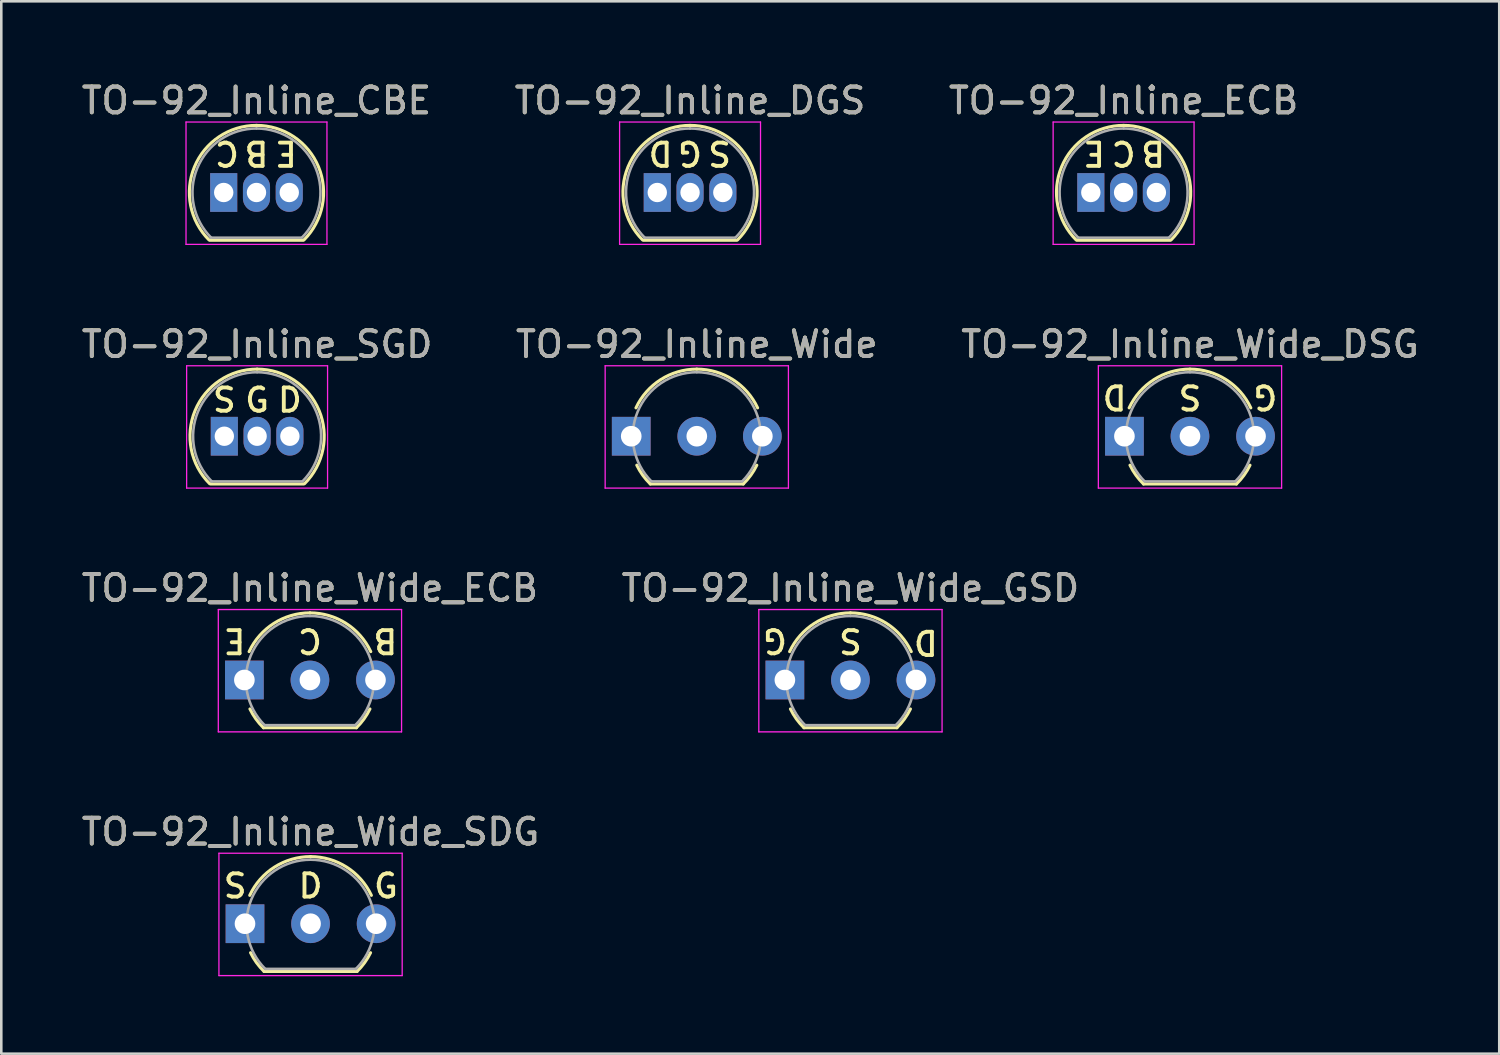
<source format=kicad_pcb>
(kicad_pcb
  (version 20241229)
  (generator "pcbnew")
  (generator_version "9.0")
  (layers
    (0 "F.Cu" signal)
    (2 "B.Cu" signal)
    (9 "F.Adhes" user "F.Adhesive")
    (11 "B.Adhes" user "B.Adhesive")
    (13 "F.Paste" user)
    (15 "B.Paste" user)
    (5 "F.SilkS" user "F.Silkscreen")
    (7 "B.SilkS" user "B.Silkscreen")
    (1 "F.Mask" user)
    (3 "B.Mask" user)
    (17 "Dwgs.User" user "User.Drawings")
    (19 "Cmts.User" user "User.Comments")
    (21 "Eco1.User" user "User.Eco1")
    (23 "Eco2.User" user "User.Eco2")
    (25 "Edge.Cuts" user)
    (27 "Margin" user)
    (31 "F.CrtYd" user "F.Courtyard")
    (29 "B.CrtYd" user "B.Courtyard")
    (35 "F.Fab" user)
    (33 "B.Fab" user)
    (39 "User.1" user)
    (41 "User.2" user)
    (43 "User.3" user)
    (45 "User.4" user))
  (footprint "TO-92_Inline_CBE"
    (layer "F.Cu")
    (at 5.617 4.408)
    (property "Reference" "TO-92_Inline_CBE" (at 1.27 -3.56 0) (layer "F.SilkS") (effects (font (size 1 1) (thickness 0.15))))
    (fp_line (start -0.53 1.85) (end 3.07 1.85) (stroke (width 0.12) (type solid)) (layer "F.SilkS"))
    (fp_arc (start -0.568478 1.838478) (mid -1.132087 -0.994977) (end 1.27 -2.6) (stroke (width 0.12) (type solid)) (layer "F.SilkS"))
    (fp_arc (start 1.27 -2.6) (mid 3.672087 -0.994977) (end 3.108478 1.838478) (stroke (width 0.12) (type solid)) (layer "F.SilkS"))
    (fp_line (start -1.46 -2.73) (end -1.46 2.01) (stroke (width 0.05) (type solid)) (layer "F.CrtYd"))
    (fp_line (start -1.46 -2.73) (end 4 -2.73) (stroke (width 0.05) (type solid)) (layer "F.CrtYd"))
    (fp_line (start 4 2.01) (end -1.46 2.01) (stroke (width 0.05) (type solid)) (layer "F.CrtYd"))
    (fp_line (start 4 2.01) (end 4 -2.73) (stroke (width 0.05) (type solid)) (layer "F.CrtYd"))
    (fp_line (start -0.5 1.75) (end 3 1.75) (stroke (width 0.1) (type solid)) (layer "F.Fab"))
    (fp_arc (start -0.483625 1.753625) (mid -1.021221 -0.949055) (end 1.27 -2.48) (stroke (width 0.1) (type solid)) (layer "F.Fab"))
    (fp_arc (start 1.27 -2.48) (mid 3.561221 -0.949055) (end 3.023625 1.753625) (stroke (width 0.1) (type solid)) (layer "F.Fab"))
    (fp_text user "E" (at 2.413 -1.524 180) (unlocked yes) (layer "F.SilkS") (effects (font (size 0.9 0.9) (thickness 0.15))))
    (fp_text user "B" (at 1.27 -1.524 180) (unlocked yes) (layer "F.SilkS") (effects (font (size 0.9 0.9) (thickness 0.15))))
    (fp_text user "C" (at 0.127 -1.524 180) (unlocked yes) (layer "F.SilkS") (effects (font (size 0.9 0.9) (thickness 0.15))))
    (fp_text user "${REFERENCE}" (at 1.27 -3.56 0) (layer "F.Fab") (effects (font (size 1 1) (thickness 0.15))))
    (pad "1" thru_hole rect (at 0 0) (size 1.05 1.5) (drill 0.75) (layers "*.Cu" "*.Mask"))
    (pad "2" thru_hole oval (at 1.27 0) (size 1.05 1.5) (drill 0.75) (layers "*.Cu" "*.Mask"))
    (pad "3" thru_hole oval (at 2.54 0) (size 1.05 1.5) (drill 0.75) (layers "*.Cu" "*.Mask")))
  (footprint "TO-92_Inline_SGD"
    (layer "F.Cu")
    (at 5.641 13.851)
    (property "Reference" "TO-92_Inline_SGD" (at 1.27 -3.56 0) (layer "F.SilkS") (effects (font (size 1 1) (thickness 0.15))))
    (attr through_hole)
    (fp_line (start -0.53 1.85) (end 3.07 1.85) (stroke (width 0.12) (type solid)) (layer "F.SilkS"))
    (fp_arc (start -0.568478 1.838478) (mid -1.132087 -0.994977) (end 1.27 -2.6) (stroke (width 0.12) (type solid)) (layer "F.SilkS"))
    (fp_arc (start 1.27 -2.6) (mid 3.672087 -0.994977) (end 3.108478 1.838478) (stroke (width 0.12) (type solid)) (layer "F.SilkS"))
    (fp_line (start -1.46 -2.73) (end -1.46 2.01) (stroke (width 0.05) (type solid)) (layer "F.CrtYd"))
    (fp_line (start -1.46 -2.73) (end 4 -2.73) (stroke (width 0.05) (type solid)) (layer "F.CrtYd"))
    (fp_line (start 4 2.01) (end -1.46 2.01) (stroke (width 0.05) (type solid)) (layer "F.CrtYd"))
    (fp_line (start 4 2.01) (end 4 -2.73) (stroke (width 0.05) (type solid)) (layer "F.CrtYd"))
    (fp_line (start -0.5 1.75) (end 3 1.75) (stroke (width 0.1) (type solid)) (layer "F.Fab"))
    (fp_arc (start -0.483625 1.753625) (mid -1.021221 -0.949055) (end 1.27 -2.48) (stroke (width 0.1) (type solid)) (layer "F.Fab"))
    (fp_arc (start 1.27 -2.48) (mid 3.561221 -0.949055) (end 3.023625 1.753625) (stroke (width 0.1) (type solid)) (layer "F.Fab"))
    (fp_text user "G" (at 1.27 -1.397 0) (layer "F.SilkS") (effects (font (size 0.9 0.9) (thickness 0.15))))
    (fp_text user "D" (at 2.54 -1.397 0) (layer "F.SilkS") (effects (font (size 0.9 0.9) (thickness 0.15))))
    (fp_text user "S" (at 0 -1.397 0) (layer "F.SilkS") (effects (font (size 0.9 0.9) (thickness 0.15))))
    (fp_text user "${REFERENCE}" (at 1.27 -3.56 0) (layer "F.Fab") (effects (font (size 1 1) (thickness 0.15))))
    (pad "1" thru_hole rect (at 0 0) (size 1.05 1.5) (drill 0.75) (layers "*.Cu" "*.Mask"))
    (pad "2" thru_hole oval (at 1.27 0) (size 1.05 1.5) (drill 0.75) (layers "*.Cu" "*.Mask"))
    (pad "3" thru_hole oval (at 2.54 0) (size 1.05 1.5) (drill 0.75) (layers "*.Cu" "*.Mask")))
  (footprint "TO-92_Inline_Wide_DSG"
    (layer "F.Cu")
    (at 40.514 13.851)
    (property "Reference" "TO-92_Inline_Wide_DSG" (at 2.54 -3.56 0) (layer "F.SilkS") (effects (font (size 1 1) (thickness 0.15))))
    (fp_line (start 0.74 1.85) (end 4.34 1.85) (stroke (width 0.12) (type solid)) (layer "F.SilkS"))
    (fp_arc (start 0.1836 -1.098807) (mid 1.143021 -2.192817) (end 2.54 -2.6) (stroke (width 0.12) (type solid)) (layer "F.SilkS"))
    (fp_arc (start 0.74 1.85) (mid 0.446097 1.509328) (end 0.215816 1.122795) (stroke (width 0.12) (type solid)) (layer "F.SilkS"))
    (fp_arc (start 2.54 -2.6) (mid 3.936979 -2.192818) (end 4.8964 -1.098807) (stroke (width 0.12) (type solid)) (layer "F.SilkS"))
    (fp_arc (start 4.864184 1.122795) (mid 4.633903 1.509328) (end 4.34 1.85) (stroke (width 0.12) (type solid)) (layer "F.SilkS"))
    (fp_line (start -1.01 -2.73) (end -1.01 2.01) (stroke (width 0.05) (type solid)) (layer "F.CrtYd"))
    (fp_line (start -1.01 -2.73) (end 6.09 -2.73) (stroke (width 0.05) (type solid)) (layer "F.CrtYd"))
    (fp_line (start 6.09 2.01) (end -1.01 2.01) (stroke (width 0.05) (type solid)) (layer "F.CrtYd"))
    (fp_line (start 6.09 2.01) (end 6.09 -2.73) (stroke (width 0.05) (type solid)) (layer "F.CrtYd"))
    (fp_line (start 0.8 1.75) (end 4.3 1.75) (stroke (width 0.1) (type solid)) (layer "F.Fab"))
    (fp_arc (start 0.786375 1.753625) (mid 0.248779 -0.949055) (end 2.54 -2.48) (stroke (width 0.1) (type solid)) (layer "F.Fab"))
    (fp_arc (start 2.54 -2.48) (mid 4.831221 -0.949055) (end 4.293625 1.753625) (stroke (width 0.1) (type solid)) (layer "F.Fab"))
    (fp_text user "G" (at 5.461 -1.524 180) (unlocked yes) (layer "F.SilkS") (effects (font (size 0.9 0.9) (thickness 0.15))))
    (fp_text user "S" (at 2.54 -1.524 180) (unlocked yes) (layer "F.SilkS") (effects (font (size 0.9 0.9) (thickness 0.15))))
    (fp_text user "D" (at -0.381 -1.524 180) (unlocked yes) (layer "F.SilkS") (effects (font (size 0.9 0.9) (thickness 0.15))))
    (fp_text user "${REFERENCE}" (at 2.54 -3.56 0) (layer "F.Fab") (effects (font (size 1 1) (thickness 0.15))))
    (pad "1" thru_hole rect (at 0 0 90) (size 1.5 1.5) (drill 0.8) (layers "*.Cu" "*.Mask"))
    (pad "2" thru_hole circle (at 2.54 0 90) (size 1.5 1.5) (drill 0.8) (layers "*.Cu" "*.Mask"))
    (pad "3" thru_hole circle (at 5.08 0 90) (size 1.5 1.5) (drill 0.8) (layers "*.Cu" "*.Mask")))
  (footprint "TO-92_Inline_Wide"
    (layer "F.Cu")
    (at 21.406 13.851)
    (property "Reference" "TO-92_Inline_Wide" (at 2.54 -3.56 0) (layer "F.SilkS") (effects (font (size 1 1) (thickness 0.15))))
    (attr through_hole)
    (fp_line (start 0.74 1.85) (end 4.34 1.85) (stroke (width 0.12) (type solid)) (layer "F.SilkS"))
    (fp_arc (start 0.1836 -1.098807) (mid 1.143021 -2.192817) (end 2.54 -2.6) (stroke (width 0.12) (type solid)) (layer "F.SilkS"))
    (fp_arc (start 0.74 1.85) (mid 0.446097 1.509328) (end 0.215816 1.122795) (stroke (width 0.12) (type solid)) (layer "F.SilkS"))
    (fp_arc (start 2.54 -2.6) (mid 3.936979 -2.192818) (end 4.8964 -1.098807) (stroke (width 0.12) (type solid)) (layer "F.SilkS"))
    (fp_arc (start 4.864184 1.122795) (mid 4.633903 1.509328) (end 4.34 1.85) (stroke (width 0.12) (type solid)) (layer "F.SilkS"))
    (fp_line (start -1.01 -2.73) (end -1.01 2.01) (stroke (width 0.05) (type solid)) (layer "F.CrtYd"))
    (fp_line (start -1.01 -2.73) (end 6.09 -2.73) (stroke (width 0.05) (type solid)) (layer "F.CrtYd"))
    (fp_line (start 6.09 2.01) (end -1.01 2.01) (stroke (width 0.05) (type solid)) (layer "F.CrtYd"))
    (fp_line (start 6.09 2.01) (end 6.09 -2.73) (stroke (width 0.05) (type solid)) (layer "F.CrtYd"))
    (fp_line (start 0.8 1.75) (end 4.3 1.75) (stroke (width 0.1) (type solid)) (layer "F.Fab"))
    (fp_arc (start 0.786375 1.753625) (mid 0.248779 -0.949055) (end 2.54 -2.48) (stroke (width 0.1) (type solid)) (layer "F.Fab"))
    (fp_arc (start 2.54 -2.48) (mid 4.831221 -0.949055) (end 4.293625 1.753625) (stroke (width 0.1) (type solid)) (layer "F.Fab"))
    (fp_text user "${REFERENCE}" (at 2.54 -3.56 0) (layer "F.Fab") (effects (font (size 1 1) (thickness 0.15))))
    (pad "1" thru_hole rect (at 0 0 90) (size 1.5 1.5) (drill 0.8) (layers "*.Cu" "*.Mask"))
    (pad "2" thru_hole circle (at 2.54 0 90) (size 1.5 1.5) (drill 0.8) (layers "*.Cu" "*.Mask"))
    (pad "3" thru_hole circle (at 5.08 0 90) (size 1.5 1.5) (drill 0.8) (layers "*.Cu" "*.Mask")))
  (footprint "TO-92_Inline_Wide_GSD"
    (layer "F.Cu")
    (at 27.359 23.295)
    (property "Reference" "TO-92_Inline_Wide_GSD" (at 2.54 -3.56 0) (layer "F.SilkS") (effects (font (size 1 1) (thickness 0.15))))
    (fp_line (start 0.74 1.85) (end 4.34 1.85) (stroke (width 0.12) (type solid)) (layer "F.SilkS"))
    (fp_arc (start 0.1836 -1.098807) (mid 1.143021 -2.192817) (end 2.54 -2.6) (stroke (width 0.12) (type solid)) (layer "F.SilkS"))
    (fp_arc (start 0.74 1.85) (mid 0.446097 1.509328) (end 0.215816 1.122795) (stroke (width 0.12) (type solid)) (layer "F.SilkS"))
    (fp_arc (start 2.54 -2.6) (mid 3.936979 -2.192818) (end 4.8964 -1.098807) (stroke (width 0.12) (type solid)) (layer "F.SilkS"))
    (fp_arc (start 4.864184 1.122795) (mid 4.633903 1.509328) (end 4.34 1.85) (stroke (width 0.12) (type solid)) (layer "F.SilkS"))
    (fp_line (start -1.01 -2.73) (end -1.01 2.01) (stroke (width 0.05) (type solid)) (layer "F.CrtYd"))
    (fp_line (start -1.01 -2.73) (end 6.09 -2.73) (stroke (width 0.05) (type solid)) (layer "F.CrtYd"))
    (fp_line (start 6.09 2.01) (end -1.01 2.01) (stroke (width 0.05) (type solid)) (layer "F.CrtYd"))
    (fp_line (start 6.09 2.01) (end 6.09 -2.73) (stroke (width 0.05) (type solid)) (layer "F.CrtYd"))
    (fp_line (start 0.8 1.75) (end 4.3 1.75) (stroke (width 0.1) (type solid)) (layer "F.Fab"))
    (fp_arc (start 0.786375 1.753625) (mid 0.248779 -0.949055) (end 2.54 -2.48) (stroke (width 0.1) (type solid)) (layer "F.Fab"))
    (fp_arc (start 2.54 -2.48) (mid 4.831221 -0.949055) (end 4.293625 1.753625) (stroke (width 0.1) (type solid)) (layer "F.Fab"))
    (fp_text user "G" (at -0.381 -1.524 180) (unlocked yes) (layer "F.SilkS") (effects (font (size 0.9 0.9) (thickness 0.15))))
    (fp_text user "D" (at 5.461 -1.46 180) (unlocked yes) (layer "F.SilkS") (effects (font (size 0.9 0.9) (thickness 0.15))))
    (fp_text user "S" (at 2.54 -1.524 180) (unlocked yes) (layer "F.SilkS") (effects (font (size 0.9 0.9) (thickness 0.15))))
    (fp_text user "${REFERENCE}" (at 2.54 -3.56 0) (layer "F.Fab") (effects (font (size 1 1) (thickness 0.15))))
    (pad "1" thru_hole rect (at 0 0 90) (size 1.5 1.5) (drill 0.8) (layers "*.Cu" "*.Mask"))
    (pad "2" thru_hole circle (at 2.54 0 90) (size 1.5 1.5) (drill 0.8) (layers "*.Cu" "*.Mask"))
    (pad "3" thru_hole circle (at 5.08 0 90) (size 1.5 1.5) (drill 0.8) (layers "*.Cu" "*.Mask")))
  (footprint "TO-92_Inline_DGS"
    (layer "F.Cu")
    (at 22.415 4.408)
    (property "Reference" "TO-92_Inline_DGS" (at 1.27 -3.56 0) (layer "F.SilkS") (effects (font (size 1 1) (thickness 0.15))))
    (fp_line (start -0.53 1.85) (end 3.07 1.85) (stroke (width 0.12) (type solid)) (layer "F.SilkS"))
    (fp_arc (start -0.568478 1.838478) (mid -1.132087 -0.994977) (end 1.27 -2.6) (stroke (width 0.12) (type solid)) (layer "F.SilkS"))
    (fp_arc (start 1.27 -2.6) (mid 3.672087 -0.994977) (end 3.108478 1.838478) (stroke (width 0.12) (type solid)) (layer "F.SilkS"))
    (fp_line (start -1.46 -2.73) (end -1.46 2.01) (stroke (width 0.05) (type solid)) (layer "F.CrtYd"))
    (fp_line (start -1.46 -2.73) (end 4 -2.73) (stroke (width 0.05) (type solid)) (layer "F.CrtYd"))
    (fp_line (start 4 2.01) (end -1.46 2.01) (stroke (width 0.05) (type solid)) (layer "F.CrtYd"))
    (fp_line (start 4 2.01) (end 4 -2.73) (stroke (width 0.05) (type solid)) (layer "F.CrtYd"))
    (fp_line (start -0.5 1.75) (end 3 1.75) (stroke (width 0.1) (type solid)) (layer "F.Fab"))
    (fp_arc (start -0.483625 1.753625) (mid -1.021221 -0.949055) (end 1.27 -2.48) (stroke (width 0.1) (type solid)) (layer "F.Fab"))
    (fp_arc (start 1.27 -2.48) (mid 3.561221 -0.949055) (end 3.023625 1.753625) (stroke (width 0.1) (type solid)) (layer "F.Fab"))
    (fp_text user "D" (at 0.127 -1.524 180) (unlocked yes) (layer "F.SilkS") (effects (font (size 0.9 0.9) (thickness 0.15))))
    (fp_text user "S" (at 2.413 -1.524 180) (unlocked yes) (layer "F.SilkS") (effects (font (size 0.9 0.9) (thickness 0.15))))
    (fp_text user "G" (at 1.27 -1.524 180) (unlocked yes) (layer "F.SilkS") (effects (font (size 0.9 0.9) (thickness 0.15))))
    (fp_text user "${REFERENCE}" (at 1.27 -3.56 0) (layer "F.Fab") (effects (font (size 1 1) (thickness 0.15))))
    (pad "1" thru_hole rect (at 0 0) (size 1.05 1.5) (drill 0.75) (layers "*.Cu" "*.Mask"))
    (pad "2" thru_hole oval (at 1.27 0) (size 1.05 1.5) (drill 0.75) (layers "*.Cu" "*.Mask"))
    (pad "3" thru_hole oval (at 2.54 0) (size 1.05 1.5) (drill 0.75) (layers "*.Cu" "*.Mask")))
  (footprint "TO-92_Inline_ECB"
    (layer "F.Cu")
    (at 39.212 4.408)
    (property "Reference" "TO-92_Inline_ECB" (at 1.27 -3.56 0) (layer "F.SilkS") (effects (font (size 1 1) (thickness 0.15))))
    (fp_line (start -0.53 1.85) (end 3.07 1.85) (stroke (width 0.12) (type solid)) (layer "F.SilkS"))
    (fp_arc (start -0.568478 1.838478) (mid -1.132087 -0.994977) (end 1.27 -2.6) (stroke (width 0.12) (type solid)) (layer "F.SilkS"))
    (fp_arc (start 1.27 -2.6) (mid 3.672087 -0.994977) (end 3.108478 1.838478) (stroke (width 0.12) (type solid)) (layer "F.SilkS"))
    (fp_line (start -1.46 -2.73) (end -1.46 2.01) (stroke (width 0.05) (type solid)) (layer "F.CrtYd"))
    (fp_line (start -1.46 -2.73) (end 4 -2.73) (stroke (width 0.05) (type solid)) (layer "F.CrtYd"))
    (fp_line (start 4 2.01) (end -1.46 2.01) (stroke (width 0.05) (type solid)) (layer "F.CrtYd"))
    (fp_line (start 4 2.01) (end 4 -2.73) (stroke (width 0.05) (type solid)) (layer "F.CrtYd"))
    (fp_line (start -0.5 1.75) (end 3 1.75) (stroke (width 0.1) (type solid)) (layer "F.Fab"))
    (fp_arc (start -0.483625 1.753625) (mid -1.021221 -0.949055) (end 1.27 -2.48) (stroke (width 0.1) (type solid)) (layer "F.Fab"))
    (fp_arc (start 1.27 -2.48) (mid 3.561221 -0.949055) (end 3.023625 1.753625) (stroke (width 0.1) (type solid)) (layer "F.Fab"))
    (fp_text user "E" (at 0.127 -1.524 180) (unlocked yes) (layer "F.SilkS") (effects (font (size 0.9 0.9) (thickness 0.15))))
    (fp_text user "C" (at 1.27 -1.524 180) (unlocked yes) (layer "F.SilkS") (effects (font (size 0.9 0.9) (thickness 0.15))))
    (fp_text user "B" (at 2.413 -1.524 180) (unlocked yes) (layer "F.SilkS") (effects (font (size 0.9 0.9) (thickness 0.15))))
    (fp_text user "${REFERENCE}" (at 1.27 -3.56 0) (layer "F.Fab") (effects (font (size 1 1) (thickness 0.15))))
    (pad "1" thru_hole rect (at 0 0) (size 1.05 1.5) (drill 0.75) (layers "*.Cu" "*.Mask"))
    (pad "2" thru_hole oval (at 1.27 0) (size 1.05 1.5) (drill 0.75) (layers "*.Cu" "*.Mask"))
    (pad "3" thru_hole oval (at 2.54 0) (size 1.05 1.5) (drill 0.75) (layers "*.Cu" "*.Mask")))
  (footprint "TO-92_Inline_Wide_ECB"
    (layer "F.Cu")
    (at 6.418 23.295)
    (property "Reference" "TO-92_Inline_Wide_ECB" (at 2.54 -3.56 0) (layer "F.SilkS") (effects (font (size 1 1) (thickness 0.15))))
    (fp_line (start 0.74 1.85) (end 4.34 1.85) (stroke (width 0.12) (type solid)) (layer "F.SilkS"))
    (fp_arc (start 0.1836 -1.098807) (mid 1.143021 -2.192817) (end 2.54 -2.6) (stroke (width 0.12) (type solid)) (layer "F.SilkS"))
    (fp_arc (start 0.74 1.85) (mid 0.446097 1.509328) (end 0.215816 1.122795) (stroke (width 0.12) (type solid)) (layer "F.SilkS"))
    (fp_arc (start 2.54 -2.6) (mid 3.936979 -2.192818) (end 4.8964 -1.098807) (stroke (width 0.12) (type solid)) (layer "F.SilkS"))
    (fp_arc (start 4.864184 1.122795) (mid 4.633903 1.509328) (end 4.34 1.85) (stroke (width 0.12) (type solid)) (layer "F.SilkS"))
    (fp_line (start -1.01 -2.73) (end -1.01 2.01) (stroke (width 0.05) (type solid)) (layer "F.CrtYd"))
    (fp_line (start -1.01 -2.73) (end 6.09 -2.73) (stroke (width 0.05) (type solid)) (layer "F.CrtYd"))
    (fp_line (start 6.09 2.01) (end -1.01 2.01) (stroke (width 0.05) (type solid)) (layer "F.CrtYd"))
    (fp_line (start 6.09 2.01) (end 6.09 -2.73) (stroke (width 0.05) (type solid)) (layer "F.CrtYd"))
    (fp_line (start 0.8 1.75) (end 4.3 1.75) (stroke (width 0.1) (type solid)) (layer "F.Fab"))
    (fp_arc (start 0.786375 1.753625) (mid 0.248779 -0.949055) (end 2.54 -2.48) (stroke (width 0.1) (type solid)) (layer "F.Fab"))
    (fp_arc (start 2.54 -2.48) (mid 4.831221 -0.949055) (end 4.293625 1.753625) (stroke (width 0.1) (type solid)) (layer "F.Fab"))
    (fp_text user "C" (at 2.54 -1.524 180) (unlocked yes) (layer "F.SilkS") (effects (font (size 0.9 0.9) (thickness 0.15))))
    (fp_text user "E" (at -0.381 -1.524 180) (unlocked yes) (layer "F.SilkS") (effects (font (size 0.9 0.9) (thickness 0.15))))
    (fp_text user "B" (at 5.461 -1.524 180) (unlocked yes) (layer "F.SilkS") (effects (font (size 0.9 0.9) (thickness 0.15))))
    (fp_text user "${REFERENCE}" (at 2.54 -3.56 0) (layer "F.Fab") (effects (font (size 1 1) (thickness 0.15))))
    (pad "1" thru_hole rect (at 0 0 90) (size 1.5 1.5) (drill 0.8) (layers "*.Cu" "*.Mask"))
    (pad "2" thru_hole circle (at 2.54 0 90) (size 1.5 1.5) (drill 0.8) (layers "*.Cu" "*.Mask"))
    (pad "3" thru_hole circle (at 5.08 0 90) (size 1.5 1.5) (drill 0.8) (layers "*.Cu" "*.Mask")))
  (footprint "TO-92_Inline_Wide_SDG"
    (layer "F.Cu")
    (at 6.442 32.738)
    (property "Reference" "TO-92_Inline_Wide_SDG" (at 2.54 -3.56 0) (layer "F.SilkS") (effects (font (size 1 1) (thickness 0.15))))
    (attr through_hole)
    (fp_line (start 0.74 1.85) (end 4.34 1.85) (stroke (width 0.12) (type solid)) (layer "F.SilkS"))
    (fp_arc (start 0.1836 -1.098807) (mid 1.143021 -2.192817) (end 2.54 -2.6) (stroke (width 0.12) (type solid)) (layer "F.SilkS"))
    (fp_arc (start 0.74 1.85) (mid 0.446097 1.509328) (end 0.215816 1.122795) (stroke (width 0.12) (type solid)) (layer "F.SilkS"))
    (fp_arc (start 2.54 -2.6) (mid 3.936979 -2.192818) (end 4.8964 -1.098807) (stroke (width 0.12) (type solid)) (layer "F.SilkS"))
    (fp_arc (start 4.864184 1.122795) (mid 4.633903 1.509328) (end 4.34 1.85) (stroke (width 0.12) (type solid)) (layer "F.SilkS"))
    (fp_line (start -1.01 -2.73) (end -1.01 2.01) (stroke (width 0.05) (type solid)) (layer "F.CrtYd"))
    (fp_line (start -1.01 -2.73) (end 6.09 -2.73) (stroke (width 0.05) (type solid)) (layer "F.CrtYd"))
    (fp_line (start 6.09 2.01) (end -1.01 2.01) (stroke (width 0.05) (type solid)) (layer "F.CrtYd"))
    (fp_line (start 6.09 2.01) (end 6.09 -2.73) (stroke (width 0.05) (type solid)) (layer "F.CrtYd"))
    (fp_line (start 0.8 1.75) (end 4.3 1.75) (stroke (width 0.1) (type solid)) (layer "F.Fab"))
    (fp_arc (start 0.786375 1.753625) (mid 0.248779 -0.949055) (end 2.54 -2.48) (stroke (width 0.1) (type solid)) (layer "F.Fab"))
    (fp_arc (start 2.54 -2.48) (mid 4.831221 -0.949055) (end 4.293625 1.753625) (stroke (width 0.1) (type solid)) (layer "F.Fab"))
    (fp_text user "S" (at -0.381 -1.46 0) (layer "F.SilkS") (effects (font (size 0.9 0.9) (thickness 0.15))))
    (fp_text user "G" (at 5.461 -1.46 0) (layer "F.SilkS") (effects (font (size 0.9 0.9) (thickness 0.15))))
    (fp_text user "D" (at 2.54 -1.46 0) (layer "F.SilkS") (effects (font (size 0.9 0.9) (thickness 0.15))))
    (fp_text user "${REFERENCE}" (at 2.54 -3.56 0) (layer "F.Fab") (effects (font (size 1 1) (thickness 0.15))))
    (pad "1" thru_hole rect (at 0 0 90) (size 1.5 1.5) (drill 0.8) (layers "*.Cu" "*.Mask"))
    (pad "2" thru_hole circle (at 2.54 0 90) (size 1.5 1.5) (drill 0.8) (layers "*.Cu" "*.Mask"))
    (pad "3" thru_hole circle (at 5.08 0 90) (size 1.5 1.5) (drill 0.8) (layers "*.Cu" "*.Mask")))
  (gr_rect
    (start -3 -3)
    (end 55.036 37.773)
    (stroke (width 0.1) (type default))
    (fill no)
    (layer "Edge.Cuts")))
</source>
